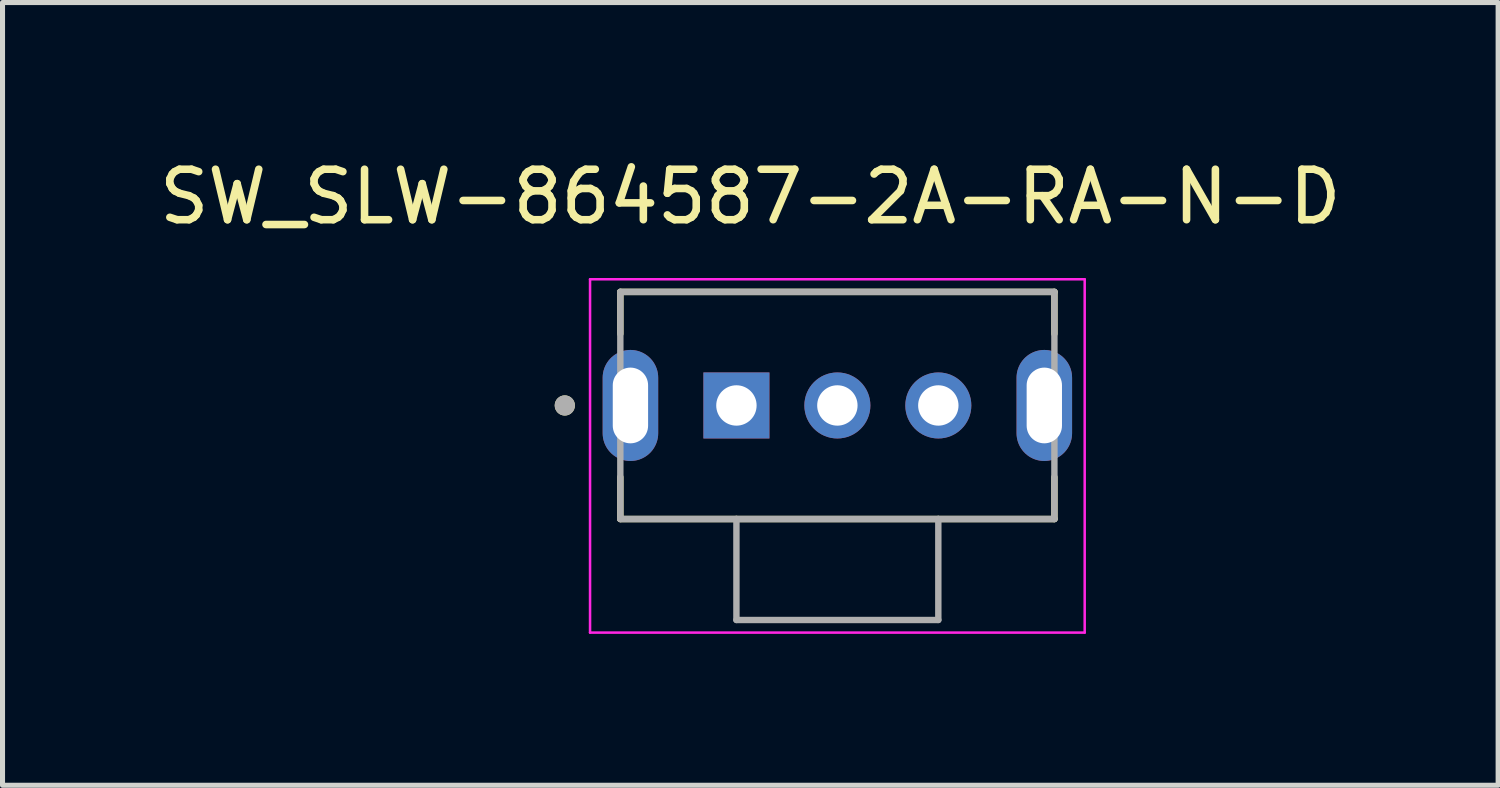
<source format=kicad_pcb>
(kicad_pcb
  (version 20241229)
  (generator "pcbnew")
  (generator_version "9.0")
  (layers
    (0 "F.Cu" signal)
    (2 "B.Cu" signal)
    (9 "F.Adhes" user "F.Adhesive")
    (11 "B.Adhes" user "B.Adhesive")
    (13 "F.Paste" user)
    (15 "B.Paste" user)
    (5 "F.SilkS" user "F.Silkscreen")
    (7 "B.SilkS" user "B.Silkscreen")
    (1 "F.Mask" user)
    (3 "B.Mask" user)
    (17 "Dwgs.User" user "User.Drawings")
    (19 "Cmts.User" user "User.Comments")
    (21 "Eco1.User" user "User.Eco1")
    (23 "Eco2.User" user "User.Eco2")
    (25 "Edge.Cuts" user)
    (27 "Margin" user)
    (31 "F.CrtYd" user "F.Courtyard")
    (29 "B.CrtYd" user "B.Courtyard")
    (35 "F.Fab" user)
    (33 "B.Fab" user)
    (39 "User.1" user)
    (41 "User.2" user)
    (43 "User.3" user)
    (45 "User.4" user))
  (footprint "SW_SLW-864587-2A-RA-N-D"
    (layer "F.Cu")
    (at 13.54 4.983)
    (property "Reference" "SW_SLW-864587-2A-RA-N-D" (at -1.725 -4.135 0) (layer "F.SilkS") (effects (font (size 1 1) (thickness 0.15))))
    (attr through_hole)
    (fp_line (start -4.3 -2.25) (end -4.3 -1.42) (stroke (width 0.127) (type solid)) (layer "F.SilkS"))
    (fp_line (start -4.3 2.25) (end -4.3 1.42) (stroke (width 0.127) (type solid)) (layer "F.SilkS"))
    (fp_line (start -4.3 2.25) (end -2 2.25) (stroke (width 0.127) (type solid)) (layer "F.SilkS"))
    (fp_line (start -2 2.25) (end 2 2.25) (stroke (width 0.127) (type solid)) (layer "F.SilkS"))
    (fp_line (start 2 2.25) (end 4.3 2.25) (stroke (width 0.127) (type solid)) (layer "F.SilkS"))
    (fp_line (start 4.3 -2.25) (end -4.3 -2.25) (stroke (width 0.127) (type solid)) (layer "F.SilkS"))
    (fp_line (start 4.3 -1.42) (end 4.3 -2.25) (stroke (width 0.127) (type solid)) (layer "F.SilkS"))
    (fp_line (start 4.3 2.25) (end 4.3 1.42) (stroke (width 0.127) (type solid)) (layer "F.SilkS"))
    (fp_circle (center -5.4 0) (end -5.3 0) (stroke (width 0.2) (type solid)) (fill no) (layer "F.SilkS"))
    (fp_line (start -4.9 -2.5) (end -4.9 4.5) (stroke (width 0.05) (type solid)) (layer "F.CrtYd"))
    (fp_line (start -4.9 4.5) (end 4.9 4.5) (stroke (width 0.05) (type solid)) (layer "F.CrtYd"))
    (fp_line (start 4.9 -2.5) (end -4.9 -2.5) (stroke (width 0.05) (type solid)) (layer "F.CrtYd"))
    (fp_line (start 4.9 4.5) (end 4.9 -2.5) (stroke (width 0.05) (type solid)) (layer "F.CrtYd"))
    (fp_line (start -4.3 -2.25) (end -4.3 2.25) (stroke (width 0.127) (type solid)) (layer "F.Fab"))
    (fp_line (start -4.3 2.25) (end -2 2.25) (stroke (width 0.127) (type solid)) (layer "F.Fab"))
    (fp_line (start -2 2.25) (end -2 4.25) (stroke (width 0.127) (type solid)) (layer "F.Fab"))
    (fp_line (start -2 2.25) (end 2 2.25) (stroke (width 0.127) (type solid)) (layer "F.Fab"))
    (fp_line (start -2 4.25) (end 2 4.25) (stroke (width 0.127) (type solid)) (layer "F.Fab"))
    (fp_line (start 2 2.25) (end 4.3 2.25) (stroke (width 0.127) (type solid)) (layer "F.Fab"))
    (fp_line (start 2 4.25) (end 2 2.25) (stroke (width 0.127) (type solid)) (layer "F.Fab"))
    (fp_line (start 4.3 -2.25) (end -4.3 -2.25) (stroke (width 0.127) (type solid)) (layer "F.Fab"))
    (fp_line (start 4.3 2.25) (end 4.3 -2.25) (stroke (width 0.127) (type solid)) (layer "F.Fab"))
    (fp_circle (center -5.4 0) (end -5.3 0) (stroke (width 0.2) (type solid)) (fill no) (layer "F.Fab"))
    (pad "1" thru_hole rect (at -2 0) (size 1.308 1.308) (drill 0.8) (layers "*.Cu" "*.Mask"))
    (pad "2" thru_hole circle (at 0 0) (size 1.308 1.308) (drill 0.8) (layers "*.Cu" "*.Mask"))
    (pad "3" thru_hole circle (at 2 0) (size 1.308 1.308) (drill 0.8) (layers "*.Cu" "*.Mask"))
    (pad "SH1" thru_hole oval (at -4.1 0) (size 1.1 2.2) (drill oval 0.7 1.5) (layers "*.Cu" "*.Mask"))
    (pad "SH2" thru_hole oval (at 4.1 0) (size 1.1 2.2) (drill oval 0.7 1.5) (layers "*.Cu" "*.Mask")))
  (gr_rect
    (start -3 -3)
    (end 26.631 12.508)
    (stroke (width 0.1) (type default))
    (fill no)
    (layer "Edge.Cuts")))
</source>
